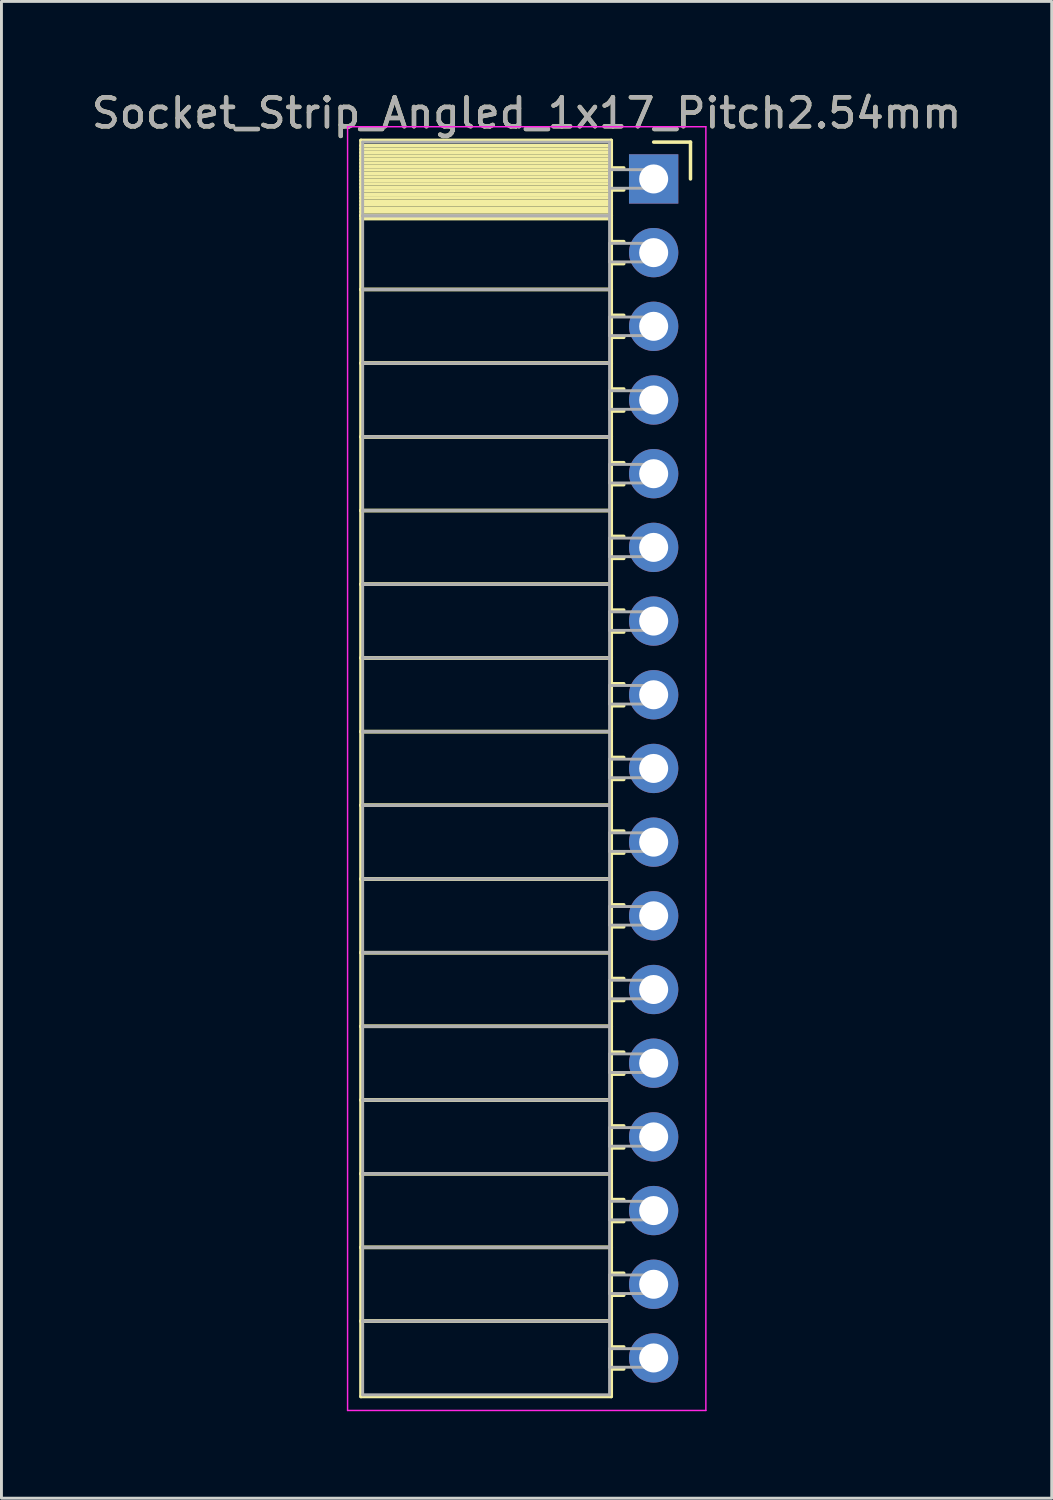
<source format=kicad_pcb>
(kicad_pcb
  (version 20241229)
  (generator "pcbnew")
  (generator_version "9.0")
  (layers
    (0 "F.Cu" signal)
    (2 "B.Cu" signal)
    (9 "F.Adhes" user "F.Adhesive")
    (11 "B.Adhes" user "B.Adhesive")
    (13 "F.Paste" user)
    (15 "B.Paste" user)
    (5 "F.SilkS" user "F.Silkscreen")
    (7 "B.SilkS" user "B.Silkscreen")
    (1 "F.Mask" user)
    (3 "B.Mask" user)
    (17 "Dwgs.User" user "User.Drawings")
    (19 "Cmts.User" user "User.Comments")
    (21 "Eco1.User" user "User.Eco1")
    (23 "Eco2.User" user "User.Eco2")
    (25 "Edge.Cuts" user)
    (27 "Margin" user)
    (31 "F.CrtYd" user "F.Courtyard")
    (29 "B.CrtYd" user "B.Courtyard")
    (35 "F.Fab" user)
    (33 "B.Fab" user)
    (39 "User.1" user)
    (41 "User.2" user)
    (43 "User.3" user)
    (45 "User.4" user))
  (footprint "Socket_Strip_Angled_1x17_Pitch2.54mm"
    (layer "F.Cu")
    (at 19.481 3.118)
    (property "Reference" "Socket_Strip_Angled_1x17_Pitch2.54mm" (at -4.38 -2.27 0) (layer "F.SilkS") (effects (font (size 1 1) (thickness 0.15))))
    (attr through_hole)
    (fp_line (start -10.09 -1.33) (end -1.46 -1.33) (stroke (width 0.12) (type solid)) (layer "F.SilkS"))
    (fp_line (start -10.09 1.27) (end -10.09 -1.33) (stroke (width 0.12) (type solid)) (layer "F.SilkS"))
    (fp_line (start -10.09 1.27) (end -1.46 1.27) (stroke (width 0.12) (type solid)) (layer "F.SilkS"))
    (fp_line (start -10.09 3.81) (end -10.09 1.27) (stroke (width 0.12) (type solid)) (layer "F.SilkS"))
    (fp_line (start -10.09 3.81) (end -1.46 3.81) (stroke (width 0.12) (type solid)) (layer "F.SilkS"))
    (fp_line (start -10.09 6.35) (end -10.09 3.81) (stroke (width 0.12) (type solid)) (layer "F.SilkS"))
    (fp_line (start -10.09 6.35) (end -1.46 6.35) (stroke (width 0.12) (type solid)) (layer "F.SilkS"))
    (fp_line (start -10.09 8.89) (end -10.09 6.35) (stroke (width 0.12) (type solid)) (layer "F.SilkS"))
    (fp_line (start -10.09 8.89) (end -1.46 8.89) (stroke (width 0.12) (type solid)) (layer "F.SilkS"))
    (fp_line (start -10.09 11.43) (end -10.09 8.89) (stroke (width 0.12) (type solid)) (layer "F.SilkS"))
    (fp_line (start -10.09 11.43) (end -1.46 11.43) (stroke (width 0.12) (type solid)) (layer "F.SilkS"))
    (fp_line (start -10.09 13.97) (end -10.09 11.43) (stroke (width 0.12) (type solid)) (layer "F.SilkS"))
    (fp_line (start -10.09 13.97) (end -1.46 13.97) (stroke (width 0.12) (type solid)) (layer "F.SilkS"))
    (fp_line (start -10.09 16.51) (end -10.09 13.97) (stroke (width 0.12) (type solid)) (layer "F.SilkS"))
    (fp_line (start -10.09 16.51) (end -1.46 16.51) (stroke (width 0.12) (type solid)) (layer "F.SilkS"))
    (fp_line (start -10.09 19.05) (end -10.09 16.51) (stroke (width 0.12) (type solid)) (layer "F.SilkS"))
    (fp_line (start -10.09 19.05) (end -1.46 19.05) (stroke (width 0.12) (type solid)) (layer "F.SilkS"))
    (fp_line (start -10.09 21.59) (end -10.09 19.05) (stroke (width 0.12) (type solid)) (layer "F.SilkS"))
    (fp_line (start -10.09 21.59) (end -1.46 21.59) (stroke (width 0.12) (type solid)) (layer "F.SilkS"))
    (fp_line (start -10.09 24.13) (end -10.09 21.59) (stroke (width 0.12) (type solid)) (layer "F.SilkS"))
    (fp_line (start -10.09 24.13) (end -1.46 24.13) (stroke (width 0.12) (type solid)) (layer "F.SilkS"))
    (fp_line (start -10.09 26.67) (end -10.09 24.13) (stroke (width 0.12) (type solid)) (layer "F.SilkS"))
    (fp_line (start -10.09 26.67) (end -1.46 26.67) (stroke (width 0.12) (type solid)) (layer "F.SilkS"))
    (fp_line (start -10.09 29.21) (end -10.09 26.67) (stroke (width 0.12) (type solid)) (layer "F.SilkS"))
    (fp_line (start -10.09 29.21) (end -1.46 29.21) (stroke (width 0.12) (type solid)) (layer "F.SilkS"))
    (fp_line (start -10.09 31.75) (end -10.09 29.21) (stroke (width 0.12) (type solid)) (layer "F.SilkS"))
    (fp_line (start -10.09 31.75) (end -1.46 31.75) (stroke (width 0.12) (type solid)) (layer "F.SilkS"))
    (fp_line (start -10.09 34.29) (end -10.09 31.75) (stroke (width 0.12) (type solid)) (layer "F.SilkS"))
    (fp_line (start -10.09 34.29) (end -1.46 34.29) (stroke (width 0.12) (type solid)) (layer "F.SilkS"))
    (fp_line (start -10.09 36.83) (end -10.09 34.29) (stroke (width 0.12) (type solid)) (layer "F.SilkS"))
    (fp_line (start -10.09 36.83) (end -1.46 36.83) (stroke (width 0.12) (type solid)) (layer "F.SilkS"))
    (fp_line (start -10.09 39.37) (end -10.09 36.83) (stroke (width 0.12) (type solid)) (layer "F.SilkS"))
    (fp_line (start -10.09 39.37) (end -1.46 39.37) (stroke (width 0.12) (type solid)) (layer "F.SilkS"))
    (fp_line (start -10.09 41.97) (end -10.09 39.37) (stroke (width 0.12) (type solid)) (layer "F.SilkS"))
    (fp_line (start -1.46 -1.33) (end -1.46 1.27) (stroke (width 0.12) (type solid)) (layer "F.SilkS"))
    (fp_line (start -1.46 -1.15) (end -10.09 -1.15) (stroke (width 0.12) (type solid)) (layer "F.SilkS"))
    (fp_line (start -1.46 -1.03) (end -10.09 -1.03) (stroke (width 0.12) (type solid)) (layer "F.SilkS"))
    (fp_line (start -1.46 -0.91) (end -10.09 -0.91) (stroke (width 0.12) (type solid)) (layer "F.SilkS"))
    (fp_line (start -1.46 -0.79) (end -10.09 -0.79) (stroke (width 0.12) (type solid)) (layer "F.SilkS"))
    (fp_line (start -1.46 -0.67) (end -10.09 -0.67) (stroke (width 0.12) (type solid)) (layer "F.SilkS"))
    (fp_line (start -1.46 -0.55) (end -10.09 -0.55) (stroke (width 0.12) (type solid)) (layer "F.SilkS"))
    (fp_line (start -1.46 -0.43) (end -10.09 -0.43) (stroke (width 0.12) (type solid)) (layer "F.SilkS"))
    (fp_line (start -1.46 -0.31) (end -10.09 -0.31) (stroke (width 0.12) (type solid)) (layer "F.SilkS"))
    (fp_line (start -1.46 -0.19) (end -10.09 -0.19) (stroke (width 0.12) (type solid)) (layer "F.SilkS"))
    (fp_line (start -1.46 -0.07) (end -10.09 -0.07) (stroke (width 0.12) (type solid)) (layer "F.SilkS"))
    (fp_line (start -1.46 0.05) (end -10.09 0.05) (stroke (width 0.12) (type solid)) (layer "F.SilkS"))
    (fp_line (start -1.46 0.17) (end -10.09 0.17) (stroke (width 0.12) (type solid)) (layer "F.SilkS"))
    (fp_line (start -1.46 0.29) (end -10.09 0.29) (stroke (width 0.12) (type solid)) (layer "F.SilkS"))
    (fp_line (start -1.46 0.41) (end -10.09 0.41) (stroke (width 0.12) (type solid)) (layer "F.SilkS"))
    (fp_line (start -1.46 0.53) (end -10.09 0.53) (stroke (width 0.12) (type solid)) (layer "F.SilkS"))
    (fp_line (start -1.46 0.65) (end -10.09 0.65) (stroke (width 0.12) (type solid)) (layer "F.SilkS"))
    (fp_line (start -1.46 0.77) (end -10.09 0.77) (stroke (width 0.12) (type solid)) (layer "F.SilkS"))
    (fp_line (start -1.46 0.89) (end -10.09 0.89) (stroke (width 0.12) (type solid)) (layer "F.SilkS"))
    (fp_line (start -1.46 1.01) (end -10.09 1.01) (stroke (width 0.12) (type solid)) (layer "F.SilkS"))
    (fp_line (start -1.46 1.13) (end -10.09 1.13) (stroke (width 0.12) (type solid)) (layer "F.SilkS"))
    (fp_line (start -1.46 1.25) (end -10.09 1.25) (stroke (width 0.12) (type solid)) (layer "F.SilkS"))
    (fp_line (start -1.46 1.27) (end -10.09 1.27) (stroke (width 0.12) (type solid)) (layer "F.SilkS"))
    (fp_line (start -1.46 1.27) (end -1.46 3.81) (stroke (width 0.12) (type solid)) (layer "F.SilkS"))
    (fp_line (start -1.46 1.37) (end -10.09 1.37) (stroke (width 0.12) (type solid)) (layer "F.SilkS"))
    (fp_line (start -1.46 3.81) (end -10.09 3.81) (stroke (width 0.12) (type solid)) (layer "F.SilkS"))
    (fp_line (start -1.46 3.81) (end -1.46 6.35) (stroke (width 0.12) (type solid)) (layer "F.SilkS"))
    (fp_line (start -1.46 6.35) (end -10.09 6.35) (stroke (width 0.12) (type solid)) (layer "F.SilkS"))
    (fp_line (start -1.46 6.35) (end -1.46 8.89) (stroke (width 0.12) (type solid)) (layer "F.SilkS"))
    (fp_line (start -1.46 8.89) (end -10.09 8.89) (stroke (width 0.12) (type solid)) (layer "F.SilkS"))
    (fp_line (start -1.46 8.89) (end -1.46 11.43) (stroke (width 0.12) (type solid)) (layer "F.SilkS"))
    (fp_line (start -1.46 11.43) (end -10.09 11.43) (stroke (width 0.12) (type solid)) (layer "F.SilkS"))
    (fp_line (start -1.46 11.43) (end -1.46 13.97) (stroke (width 0.12) (type solid)) (layer "F.SilkS"))
    (fp_line (start -1.46 13.97) (end -10.09 13.97) (stroke (width 0.12) (type solid)) (layer "F.SilkS"))
    (fp_line (start -1.46 13.97) (end -1.46 16.51) (stroke (width 0.12) (type solid)) (layer "F.SilkS"))
    (fp_line (start -1.46 16.51) (end -10.09 16.51) (stroke (width 0.12) (type solid)) (layer "F.SilkS"))
    (fp_line (start -1.46 16.51) (end -1.46 19.05) (stroke (width 0.12) (type solid)) (layer "F.SilkS"))
    (fp_line (start -1.46 19.05) (end -10.09 19.05) (stroke (width 0.12) (type solid)) (layer "F.SilkS"))
    (fp_line (start -1.46 19.05) (end -1.46 21.59) (stroke (width 0.12) (type solid)) (layer "F.SilkS"))
    (fp_line (start -1.46 21.59) (end -10.09 21.59) (stroke (width 0.12) (type solid)) (layer "F.SilkS"))
    (fp_line (start -1.46 21.59) (end -1.46 24.13) (stroke (width 0.12) (type solid)) (layer "F.SilkS"))
    (fp_line (start -1.46 24.13) (end -10.09 24.13) (stroke (width 0.12) (type solid)) (layer "F.SilkS"))
    (fp_line (start -1.46 24.13) (end -1.46 26.67) (stroke (width 0.12) (type solid)) (layer "F.SilkS"))
    (fp_line (start -1.46 26.67) (end -10.09 26.67) (stroke (width 0.12) (type solid)) (layer "F.SilkS"))
    (fp_line (start -1.46 26.67) (end -1.46 29.21) (stroke (width 0.12) (type solid)) (layer "F.SilkS"))
    (fp_line (start -1.46 29.21) (end -10.09 29.21) (stroke (width 0.12) (type solid)) (layer "F.SilkS"))
    (fp_line (start -1.46 29.21) (end -1.46 31.75) (stroke (width 0.12) (type solid)) (layer "F.SilkS"))
    (fp_line (start -1.46 31.75) (end -10.09 31.75) (stroke (width 0.12) (type solid)) (layer "F.SilkS"))
    (fp_line (start -1.46 31.75) (end -1.46 34.29) (stroke (width 0.12) (type solid)) (layer "F.SilkS"))
    (fp_line (start -1.46 34.29) (end -10.09 34.29) (stroke (width 0.12) (type solid)) (layer "F.SilkS"))
    (fp_line (start -1.46 34.29) (end -1.46 36.83) (stroke (width 0.12) (type solid)) (layer "F.SilkS"))
    (fp_line (start -1.46 36.83) (end -10.09 36.83) (stroke (width 0.12) (type solid)) (layer "F.SilkS"))
    (fp_line (start -1.46 36.83) (end -1.46 39.37) (stroke (width 0.12) (type solid)) (layer "F.SilkS"))
    (fp_line (start -1.46 39.37) (end -10.09 39.37) (stroke (width 0.12) (type solid)) (layer "F.SilkS"))
    (fp_line (start -1.46 39.37) (end -1.46 41.97) (stroke (width 0.12) (type solid)) (layer "F.SilkS"))
    (fp_line (start -1.46 41.97) (end -10.09 41.97) (stroke (width 0.12) (type solid)) (layer "F.SilkS"))
    (fp_line (start -1.03 -0.38) (end -1.46 -0.38) (stroke (width 0.12) (type solid)) (layer "F.SilkS"))
    (fp_line (start -1.03 0.38) (end -1.46 0.38) (stroke (width 0.12) (type solid)) (layer "F.SilkS"))
    (fp_line (start -1.03 2.16) (end -1.46 2.16) (stroke (width 0.12) (type solid)) (layer "F.SilkS"))
    (fp_line (start -1.03 2.92) (end -1.46 2.92) (stroke (width 0.12) (type solid)) (layer "F.SilkS"))
    (fp_line (start -1.03 4.7) (end -1.46 4.7) (stroke (width 0.12) (type solid)) (layer "F.SilkS"))
    (fp_line (start -1.03 5.46) (end -1.46 5.46) (stroke (width 0.12) (type solid)) (layer "F.SilkS"))
    (fp_line (start -1.03 7.24) (end -1.46 7.24) (stroke (width 0.12) (type solid)) (layer "F.SilkS"))
    (fp_line (start -1.03 8) (end -1.46 8) (stroke (width 0.12) (type solid)) (layer "F.SilkS"))
    (fp_line (start -1.03 9.78) (end -1.46 9.78) (stroke (width 0.12) (type solid)) (layer "F.SilkS"))
    (fp_line (start -1.03 10.54) (end -1.46 10.54) (stroke (width 0.12) (type solid)) (layer "F.SilkS"))
    (fp_line (start -1.03 12.32) (end -1.46 12.32) (stroke (width 0.12) (type solid)) (layer "F.SilkS"))
    (fp_line (start -1.03 13.08) (end -1.46 13.08) (stroke (width 0.12) (type solid)) (layer "F.SilkS"))
    (fp_line (start -1.03 14.86) (end -1.46 14.86) (stroke (width 0.12) (type solid)) (layer "F.SilkS"))
    (fp_line (start -1.03 15.62) (end -1.46 15.62) (stroke (width 0.12) (type solid)) (layer "F.SilkS"))
    (fp_line (start -1.03 17.4) (end -1.46 17.4) (stroke (width 0.12) (type solid)) (layer "F.SilkS"))
    (fp_line (start -1.03 18.16) (end -1.46 18.16) (stroke (width 0.12) (type solid)) (layer "F.SilkS"))
    (fp_line (start -1.03 19.94) (end -1.46 19.94) (stroke (width 0.12) (type solid)) (layer "F.SilkS"))
    (fp_line (start -1.03 20.7) (end -1.46 20.7) (stroke (width 0.12) (type solid)) (layer "F.SilkS"))
    (fp_line (start -1.03 22.48) (end -1.46 22.48) (stroke (width 0.12) (type solid)) (layer "F.SilkS"))
    (fp_line (start -1.03 23.24) (end -1.46 23.24) (stroke (width 0.12) (type solid)) (layer "F.SilkS"))
    (fp_line (start -1.03 25.02) (end -1.46 25.02) (stroke (width 0.12) (type solid)) (layer "F.SilkS"))
    (fp_line (start -1.03 25.78) (end -1.46 25.78) (stroke (width 0.12) (type solid)) (layer "F.SilkS"))
    (fp_line (start -1.03 27.56) (end -1.46 27.56) (stroke (width 0.12) (type solid)) (layer "F.SilkS"))
    (fp_line (start -1.03 28.32) (end -1.46 28.32) (stroke (width 0.12) (type solid)) (layer "F.SilkS"))
    (fp_line (start -1.03 30.1) (end -1.46 30.1) (stroke (width 0.12) (type solid)) (layer "F.SilkS"))
    (fp_line (start -1.03 30.86) (end -1.46 30.86) (stroke (width 0.12) (type solid)) (layer "F.SilkS"))
    (fp_line (start -1.03 32.64) (end -1.46 32.64) (stroke (width 0.12) (type solid)) (layer "F.SilkS"))
    (fp_line (start -1.03 33.4) (end -1.46 33.4) (stroke (width 0.12) (type solid)) (layer "F.SilkS"))
    (fp_line (start -1.03 35.18) (end -1.46 35.18) (stroke (width 0.12) (type solid)) (layer "F.SilkS"))
    (fp_line (start -1.03 35.94) (end -1.46 35.94) (stroke (width 0.12) (type solid)) (layer "F.SilkS"))
    (fp_line (start -1.03 37.72) (end -1.46 37.72) (stroke (width 0.12) (type solid)) (layer "F.SilkS"))
    (fp_line (start -1.03 38.48) (end -1.46 38.48) (stroke (width 0.12) (type solid)) (layer "F.SilkS"))
    (fp_line (start -1.03 40.26) (end -1.46 40.26) (stroke (width 0.12) (type solid)) (layer "F.SilkS"))
    (fp_line (start -1.03 41.02) (end -1.46 41.02) (stroke (width 0.12) (type solid)) (layer "F.SilkS"))
    (fp_line (start 0 -1.27) (end 1.27 -1.27) (stroke (width 0.12) (type solid)) (layer "F.SilkS"))
    (fp_line (start 1.27 -1.27) (end 1.27 0) (stroke (width 0.12) (type solid)) (layer "F.SilkS"))
    (fp_line (start -10.55 -1.8) (end 1.8 -1.8) (stroke (width 0.05) (type solid)) (layer "F.CrtYd"))
    (fp_line (start -10.55 42.45) (end -10.55 -1.8) (stroke (width 0.05) (type solid)) (layer "F.CrtYd"))
    (fp_line (start 1.8 -1.8) (end 1.8 42.45) (stroke (width 0.05) (type solid)) (layer "F.CrtYd"))
    (fp_line (start 1.8 42.45) (end -10.55 42.45) (stroke (width 0.05) (type solid)) (layer "F.CrtYd"))
    (fp_line (start -10.03 -1.27) (end -1.52 -1.27) (stroke (width 0.1) (type solid)) (layer "F.Fab"))
    (fp_line (start -10.03 1.27) (end -10.03 -1.27) (stroke (width 0.1) (type solid)) (layer "F.Fab"))
    (fp_line (start -10.03 1.27) (end -1.52 1.27) (stroke (width 0.1) (type solid)) (layer "F.Fab"))
    (fp_line (start -10.03 3.81) (end -10.03 1.27) (stroke (width 0.1) (type solid)) (layer "F.Fab"))
    (fp_line (start -10.03 3.81) (end -1.52 3.81) (stroke (width 0.1) (type solid)) (layer "F.Fab"))
    (fp_line (start -10.03 6.35) (end -10.03 3.81) (stroke (width 0.1) (type solid)) (layer "F.Fab"))
    (fp_line (start -10.03 6.35) (end -1.52 6.35) (stroke (width 0.1) (type solid)) (layer "F.Fab"))
    (fp_line (start -10.03 8.89) (end -10.03 6.35) (stroke (width 0.1) (type solid)) (layer "F.Fab"))
    (fp_line (start -10.03 8.89) (end -1.52 8.89) (stroke (width 0.1) (type solid)) (layer "F.Fab"))
    (fp_line (start -10.03 11.43) (end -10.03 8.89) (stroke (width 0.1) (type solid)) (layer "F.Fab"))
    (fp_line (start -10.03 11.43) (end -1.52 11.43) (stroke (width 0.1) (type solid)) (layer "F.Fab"))
    (fp_line (start -10.03 13.97) (end -10.03 11.43) (stroke (width 0.1) (type solid)) (layer "F.Fab"))
    (fp_line (start -10.03 13.97) (end -1.52 13.97) (stroke (width 0.1) (type solid)) (layer "F.Fab"))
    (fp_line (start -10.03 16.51) (end -10.03 13.97) (stroke (width 0.1) (type solid)) (layer "F.Fab"))
    (fp_line (start -10.03 16.51) (end -1.52 16.51) (stroke (width 0.1) (type solid)) (layer "F.Fab"))
    (fp_line (start -10.03 19.05) (end -10.03 16.51) (stroke (width 0.1) (type solid)) (layer "F.Fab"))
    (fp_line (start -10.03 19.05) (end -1.52 19.05) (stroke (width 0.1) (type solid)) (layer "F.Fab"))
    (fp_line (start -10.03 21.59) (end -10.03 19.05) (stroke (width 0.1) (type solid)) (layer "F.Fab"))
    (fp_line (start -10.03 21.59) (end -1.52 21.59) (stroke (width 0.1) (type solid)) (layer "F.Fab"))
    (fp_line (start -10.03 24.13) (end -10.03 21.59) (stroke (width 0.1) (type solid)) (layer "F.Fab"))
    (fp_line (start -10.03 24.13) (end -1.52 24.13) (stroke (width 0.1) (type solid)) (layer "F.Fab"))
    (fp_line (start -10.03 26.67) (end -10.03 24.13) (stroke (width 0.1) (type solid)) (layer "F.Fab"))
    (fp_line (start -10.03 26.67) (end -1.52 26.67) (stroke (width 0.1) (type solid)) (layer "F.Fab"))
    (fp_line (start -10.03 29.21) (end -10.03 26.67) (stroke (width 0.1) (type solid)) (layer "F.Fab"))
    (fp_line (start -10.03 29.21) (end -1.52 29.21) (stroke (width 0.1) (type solid)) (layer "F.Fab"))
    (fp_line (start -10.03 31.75) (end -10.03 29.21) (stroke (width 0.1) (type solid)) (layer "F.Fab"))
    (fp_line (start -10.03 31.75) (end -1.52 31.75) (stroke (width 0.1) (type solid)) (layer "F.Fab"))
    (fp_line (start -10.03 34.29) (end -10.03 31.75) (stroke (width 0.1) (type solid)) (layer "F.Fab"))
    (fp_line (start -10.03 34.29) (end -1.52 34.29) (stroke (width 0.1) (type solid)) (layer "F.Fab"))
    (fp_line (start -10.03 36.83) (end -10.03 34.29) (stroke (width 0.1) (type solid)) (layer "F.Fab"))
    (fp_line (start -10.03 36.83) (end -1.52 36.83) (stroke (width 0.1) (type solid)) (layer "F.Fab"))
    (fp_line (start -10.03 39.37) (end -10.03 36.83) (stroke (width 0.1) (type solid)) (layer "F.Fab"))
    (fp_line (start -10.03 39.37) (end -1.52 39.37) (stroke (width 0.1) (type solid)) (layer "F.Fab"))
    (fp_line (start -10.03 41.91) (end -10.03 39.37) (stroke (width 0.1) (type solid)) (layer "F.Fab"))
    (fp_line (start -1.52 -1.27) (end -1.52 1.27) (stroke (width 0.1) (type solid)) (layer "F.Fab"))
    (fp_line (start -1.52 -0.32) (end 0 -0.32) (stroke (width 0.1) (type solid)) (layer "F.Fab"))
    (fp_line (start -1.52 0.32) (end -1.52 -0.32) (stroke (width 0.1) (type solid)) (layer "F.Fab"))
    (fp_line (start -1.52 1.27) (end -10.03 1.27) (stroke (width 0.1) (type solid)) (layer "F.Fab"))
    (fp_line (start -1.52 1.27) (end -1.52 3.81) (stroke (width 0.1) (type solid)) (layer "F.Fab"))
    (fp_line (start -1.52 2.22) (end 0 2.22) (stroke (width 0.1) (type solid)) (layer "F.Fab"))
    (fp_line (start -1.52 2.86) (end -1.52 2.22) (stroke (width 0.1) (type solid)) (layer "F.Fab"))
    (fp_line (start -1.52 3.81) (end -10.03 3.81) (stroke (width 0.1) (type solid)) (layer "F.Fab"))
    (fp_line (start -1.52 3.81) (end -1.52 6.35) (stroke (width 0.1) (type solid)) (layer "F.Fab"))
    (fp_line (start -1.52 4.76) (end 0 4.76) (stroke (width 0.1) (type solid)) (layer "F.Fab"))
    (fp_line (start -1.52 5.4) (end -1.52 4.76) (stroke (width 0.1) (type solid)) (layer "F.Fab"))
    (fp_line (start -1.52 6.35) (end -10.03 6.35) (stroke (width 0.1) (type solid)) (layer "F.Fab"))
    (fp_line (start -1.52 6.35) (end -1.52 8.89) (stroke (width 0.1) (type solid)) (layer "F.Fab"))
    (fp_line (start -1.52 7.3) (end 0 7.3) (stroke (width 0.1) (type solid)) (layer "F.Fab"))
    (fp_line (start -1.52 7.94) (end -1.52 7.3) (stroke (width 0.1) (type solid)) (layer "F.Fab"))
    (fp_line (start -1.52 8.89) (end -10.03 8.89) (stroke (width 0.1) (type solid)) (layer "F.Fab"))
    (fp_line (start -1.52 8.89) (end -1.52 11.43) (stroke (width 0.1) (type solid)) (layer "F.Fab"))
    (fp_line (start -1.52 9.84) (end 0 9.84) (stroke (width 0.1) (type solid)) (layer "F.Fab"))
    (fp_line (start -1.52 10.48) (end -1.52 9.84) (stroke (width 0.1) (type solid)) (layer "F.Fab"))
    (fp_line (start -1.52 11.43) (end -10.03 11.43) (stroke (width 0.1) (type solid)) (layer "F.Fab"))
    (fp_line (start -1.52 11.43) (end -1.52 13.97) (stroke (width 0.1) (type solid)) (layer "F.Fab"))
    (fp_line (start -1.52 12.38) (end 0 12.38) (stroke (width 0.1) (type solid)) (layer "F.Fab"))
    (fp_line (start -1.52 13.02) (end -1.52 12.38) (stroke (width 0.1) (type solid)) (layer "F.Fab"))
    (fp_line (start -1.52 13.97) (end -10.03 13.97) (stroke (width 0.1) (type solid)) (layer "F.Fab"))
    (fp_line (start -1.52 13.97) (end -1.52 16.51) (stroke (width 0.1) (type solid)) (layer "F.Fab"))
    (fp_line (start -1.52 14.92) (end 0 14.92) (stroke (width 0.1) (type solid)) (layer "F.Fab"))
    (fp_line (start -1.52 15.56) (end -1.52 14.92) (stroke (width 0.1) (type solid)) (layer "F.Fab"))
    (fp_line (start -1.52 16.51) (end -10.03 16.51) (stroke (width 0.1) (type solid)) (layer "F.Fab"))
    (fp_line (start -1.52 16.51) (end -1.52 19.05) (stroke (width 0.1) (type solid)) (layer "F.Fab"))
    (fp_line (start -1.52 17.46) (end 0 17.46) (stroke (width 0.1) (type solid)) (layer "F.Fab"))
    (fp_line (start -1.52 18.1) (end -1.52 17.46) (stroke (width 0.1) (type solid)) (layer "F.Fab"))
    (fp_line (start -1.52 19.05) (end -10.03 19.05) (stroke (width 0.1) (type solid)) (layer "F.Fab"))
    (fp_line (start -1.52 19.05) (end -1.52 21.59) (stroke (width 0.1) (type solid)) (layer "F.Fab"))
    (fp_line (start -1.52 20) (end 0 20) (stroke (width 0.1) (type solid)) (layer "F.Fab"))
    (fp_line (start -1.52 20.64) (end -1.52 20) (stroke (width 0.1) (type solid)) (layer "F.Fab"))
    (fp_line (start -1.52 21.59) (end -10.03 21.59) (stroke (width 0.1) (type solid)) (layer "F.Fab"))
    (fp_line (start -1.52 21.59) (end -1.52 24.13) (stroke (width 0.1) (type solid)) (layer "F.Fab"))
    (fp_line (start -1.52 22.54) (end 0 22.54) (stroke (width 0.1) (type solid)) (layer "F.Fab"))
    (fp_line (start -1.52 23.18) (end -1.52 22.54) (stroke (width 0.1) (type solid)) (layer "F.Fab"))
    (fp_line (start -1.52 24.13) (end -10.03 24.13) (stroke (width 0.1) (type solid)) (layer "F.Fab"))
    (fp_line (start -1.52 24.13) (end -1.52 26.67) (stroke (width 0.1) (type solid)) (layer "F.Fab"))
    (fp_line (start -1.52 25.08) (end 0 25.08) (stroke (width 0.1) (type solid)) (layer "F.Fab"))
    (fp_line (start -1.52 25.72) (end -1.52 25.08) (stroke (width 0.1) (type solid)) (layer "F.Fab"))
    (fp_line (start -1.52 26.67) (end -10.03 26.67) (stroke (width 0.1) (type solid)) (layer "F.Fab"))
    (fp_line (start -1.52 26.67) (end -1.52 29.21) (stroke (width 0.1) (type solid)) (layer "F.Fab"))
    (fp_line (start -1.52 27.62) (end 0 27.62) (stroke (width 0.1) (type solid)) (layer "F.Fab"))
    (fp_line (start -1.52 28.26) (end -1.52 27.62) (stroke (width 0.1) (type solid)) (layer "F.Fab"))
    (fp_line (start -1.52 29.21) (end -10.03 29.21) (stroke (width 0.1) (type solid)) (layer "F.Fab"))
    (fp_line (start -1.52 29.21) (end -1.52 31.75) (stroke (width 0.1) (type solid)) (layer "F.Fab"))
    (fp_line (start -1.52 30.16) (end 0 30.16) (stroke (width 0.1) (type solid)) (layer "F.Fab"))
    (fp_line (start -1.52 30.8) (end -1.52 30.16) (stroke (width 0.1) (type solid)) (layer "F.Fab"))
    (fp_line (start -1.52 31.75) (end -10.03 31.75) (stroke (width 0.1) (type solid)) (layer "F.Fab"))
    (fp_line (start -1.52 31.75) (end -1.52 34.29) (stroke (width 0.1) (type solid)) (layer "F.Fab"))
    (fp_line (start -1.52 32.7) (end 0 32.7) (stroke (width 0.1) (type solid)) (layer "F.Fab"))
    (fp_line (start -1.52 33.34) (end -1.52 32.7) (stroke (width 0.1) (type solid)) (layer "F.Fab"))
    (fp_line (start -1.52 34.29) (end -10.03 34.29) (stroke (width 0.1) (type solid)) (layer "F.Fab"))
    (fp_line (start -1.52 34.29) (end -1.52 36.83) (stroke (width 0.1) (type solid)) (layer "F.Fab"))
    (fp_line (start -1.52 35.24) (end 0 35.24) (stroke (width 0.1) (type solid)) (layer "F.Fab"))
    (fp_line (start -1.52 35.88) (end -1.52 35.24) (stroke (width 0.1) (type solid)) (layer "F.Fab"))
    (fp_line (start -1.52 36.83) (end -10.03 36.83) (stroke (width 0.1) (type solid)) (layer "F.Fab"))
    (fp_line (start -1.52 36.83) (end -1.52 39.37) (stroke (width 0.1) (type solid)) (layer "F.Fab"))
    (fp_line (start -1.52 37.78) (end 0 37.78) (stroke (width 0.1) (type solid)) (layer "F.Fab"))
    (fp_line (start -1.52 38.42) (end -1.52 37.78) (stroke (width 0.1) (type solid)) (layer "F.Fab"))
    (fp_line (start -1.52 39.37) (end -10.03 39.37) (stroke (width 0.1) (type solid)) (layer "F.Fab"))
    (fp_line (start -1.52 39.37) (end -1.52 41.91) (stroke (width 0.1) (type solid)) (layer "F.Fab"))
    (fp_line (start -1.52 40.32) (end 0 40.32) (stroke (width 0.1) (type solid)) (layer "F.Fab"))
    (fp_line (start -1.52 40.96) (end -1.52 40.32) (stroke (width 0.1) (type solid)) (layer "F.Fab"))
    (fp_line (start -1.52 41.91) (end -10.03 41.91) (stroke (width 0.1) (type solid)) (layer "F.Fab"))
    (fp_line (start 0 -0.32) (end 0 0.32) (stroke (width 0.1) (type solid)) (layer "F.Fab"))
    (fp_line (start 0 0.32) (end -1.52 0.32) (stroke (width 0.1) (type solid)) (layer "F.Fab"))
    (fp_line (start 0 2.22) (end 0 2.86) (stroke (width 0.1) (type solid)) (layer "F.Fab"))
    (fp_line (start 0 2.86) (end -1.52 2.86) (stroke (width 0.1) (type solid)) (layer "F.Fab"))
    (fp_line (start 0 4.76) (end 0 5.4) (stroke (width 0.1) (type solid)) (layer "F.Fab"))
    (fp_line (start 0 5.4) (end -1.52 5.4) (stroke (width 0.1) (type solid)) (layer "F.Fab"))
    (fp_line (start 0 7.3) (end 0 7.94) (stroke (width 0.1) (type solid)) (layer "F.Fab"))
    (fp_line (start 0 7.94) (end -1.52 7.94) (stroke (width 0.1) (type solid)) (layer "F.Fab"))
    (fp_line (start 0 9.84) (end 0 10.48) (stroke (width 0.1) (type solid)) (layer "F.Fab"))
    (fp_line (start 0 10.48) (end -1.52 10.48) (stroke (width 0.1) (type solid)) (layer "F.Fab"))
    (fp_line (start 0 12.38) (end 0 13.02) (stroke (width 0.1) (type solid)) (layer "F.Fab"))
    (fp_line (start 0 13.02) (end -1.52 13.02) (stroke (width 0.1) (type solid)) (layer "F.Fab"))
    (fp_line (start 0 14.92) (end 0 15.56) (stroke (width 0.1) (type solid)) (layer "F.Fab"))
    (fp_line (start 0 15.56) (end -1.52 15.56) (stroke (width 0.1) (type solid)) (layer "F.Fab"))
    (fp_line (start 0 17.46) (end 0 18.1) (stroke (width 0.1) (type solid)) (layer "F.Fab"))
    (fp_line (start 0 18.1) (end -1.52 18.1) (stroke (width 0.1) (type solid)) (layer "F.Fab"))
    (fp_line (start 0 20) (end 0 20.64) (stroke (width 0.1) (type solid)) (layer "F.Fab"))
    (fp_line (start 0 20.64) (end -1.52 20.64) (stroke (width 0.1) (type solid)) (layer "F.Fab"))
    (fp_line (start 0 22.54) (end 0 23.18) (stroke (width 0.1) (type solid)) (layer "F.Fab"))
    (fp_line (start 0 23.18) (end -1.52 23.18) (stroke (width 0.1) (type solid)) (layer "F.Fab"))
    (fp_line (start 0 25.08) (end 0 25.72) (stroke (width 0.1) (type solid)) (layer "F.Fab"))
    (fp_line (start 0 25.72) (end -1.52 25.72) (stroke (width 0.1) (type solid)) (layer "F.Fab"))
    (fp_line (start 0 27.62) (end 0 28.26) (stroke (width 0.1) (type solid)) (layer "F.Fab"))
    (fp_line (start 0 28.26) (end -1.52 28.26) (stroke (width 0.1) (type solid)) (layer "F.Fab"))
    (fp_line (start 0 30.16) (end 0 30.8) (stroke (width 0.1) (type solid)) (layer "F.Fab"))
    (fp_line (start 0 30.8) (end -1.52 30.8) (stroke (width 0.1) (type solid)) (layer "F.Fab"))
    (fp_line (start 0 32.7) (end 0 33.34) (stroke (width 0.1) (type solid)) (layer "F.Fab"))
    (fp_line (start 0 33.34) (end -1.52 33.34) (stroke (width 0.1) (type solid)) (layer "F.Fab"))
    (fp_line (start 0 35.24) (end 0 35.88) (stroke (width 0.1) (type solid)) (layer "F.Fab"))
    (fp_line (start 0 35.88) (end -1.52 35.88) (stroke (width 0.1) (type solid)) (layer "F.Fab"))
    (fp_line (start 0 37.78) (end 0 38.42) (stroke (width 0.1) (type solid)) (layer "F.Fab"))
    (fp_line (start 0 38.42) (end -1.52 38.42) (stroke (width 0.1) (type solid)) (layer "F.Fab"))
    (fp_line (start 0 40.32) (end 0 40.96) (stroke (width 0.1) (type solid)) (layer "F.Fab"))
    (fp_line (start 0 40.96) (end -1.52 40.96) (stroke (width 0.1) (type solid)) (layer "F.Fab"))
    (fp_text user "${REFERENCE}" (at -4.38 -2.27 0) (layer "F.Fab") (effects (font (size 1 1) (thickness 0.15))))
    (pad "1" thru_hole rect (at 0 0) (size 1.7 1.7) (drill 1) (layers "*.Cu" "*.Mask"))
    (pad "2" thru_hole oval (at 0 2.54) (size 1.7 1.7) (drill 1) (layers "*.Cu" "*.Mask"))
    (pad "3" thru_hole oval (at 0 5.08) (size 1.7 1.7) (drill 1) (layers "*.Cu" "*.Mask"))
    (pad "4" thru_hole oval (at 0 7.62) (size 1.7 1.7) (drill 1) (layers "*.Cu" "*.Mask"))
    (pad "5" thru_hole oval (at 0 10.16) (size 1.7 1.7) (drill 1) (layers "*.Cu" "*.Mask"))
    (pad "6" thru_hole oval (at 0 12.7) (size 1.7 1.7) (drill 1) (layers "*.Cu" "*.Mask"))
    (pad "7" thru_hole oval (at 0 15.24) (size 1.7 1.7) (drill 1) (layers "*.Cu" "*.Mask"))
    (pad "8" thru_hole oval (at 0 17.78) (size 1.7 1.7) (drill 1) (layers "*.Cu" "*.Mask"))
    (pad "9" thru_hole oval (at 0 20.32) (size 1.7 1.7) (drill 1) (layers "*.Cu" "*.Mask"))
    (pad "10" thru_hole oval (at 0 22.86) (size 1.7 1.7) (drill 1) (layers "*.Cu" "*.Mask"))
    (pad "11" thru_hole oval (at 0 25.4) (size 1.7 1.7) (drill 1) (layers "*.Cu" "*.Mask"))
    (pad "12" thru_hole oval (at 0 27.94) (size 1.7 1.7) (drill 1) (layers "*.Cu" "*.Mask"))
    (pad "13" thru_hole oval (at 0 30.48) (size 1.7 1.7) (drill 1) (layers "*.Cu" "*.Mask"))
    (pad "14" thru_hole oval (at 0 33.02) (size 1.7 1.7) (drill 1) (layers "*.Cu" "*.Mask"))
    (pad "15" thru_hole oval (at 0 35.56) (size 1.7 1.7) (drill 1) (layers "*.Cu" "*.Mask"))
    (pad "16" thru_hole oval (at 0 38.1) (size 1.7 1.7) (drill 1) (layers "*.Cu" "*.Mask"))
    (pad "17" thru_hole oval (at 0 40.64) (size 1.7 1.7) (drill 1) (layers "*.Cu" "*.Mask")))
  (gr_rect
    (start -3 -3)
    (end 33.202 48.593)
    (stroke (width 0.1) (type default))
    (fill no)
    (layer "Edge.Cuts")))
</source>
